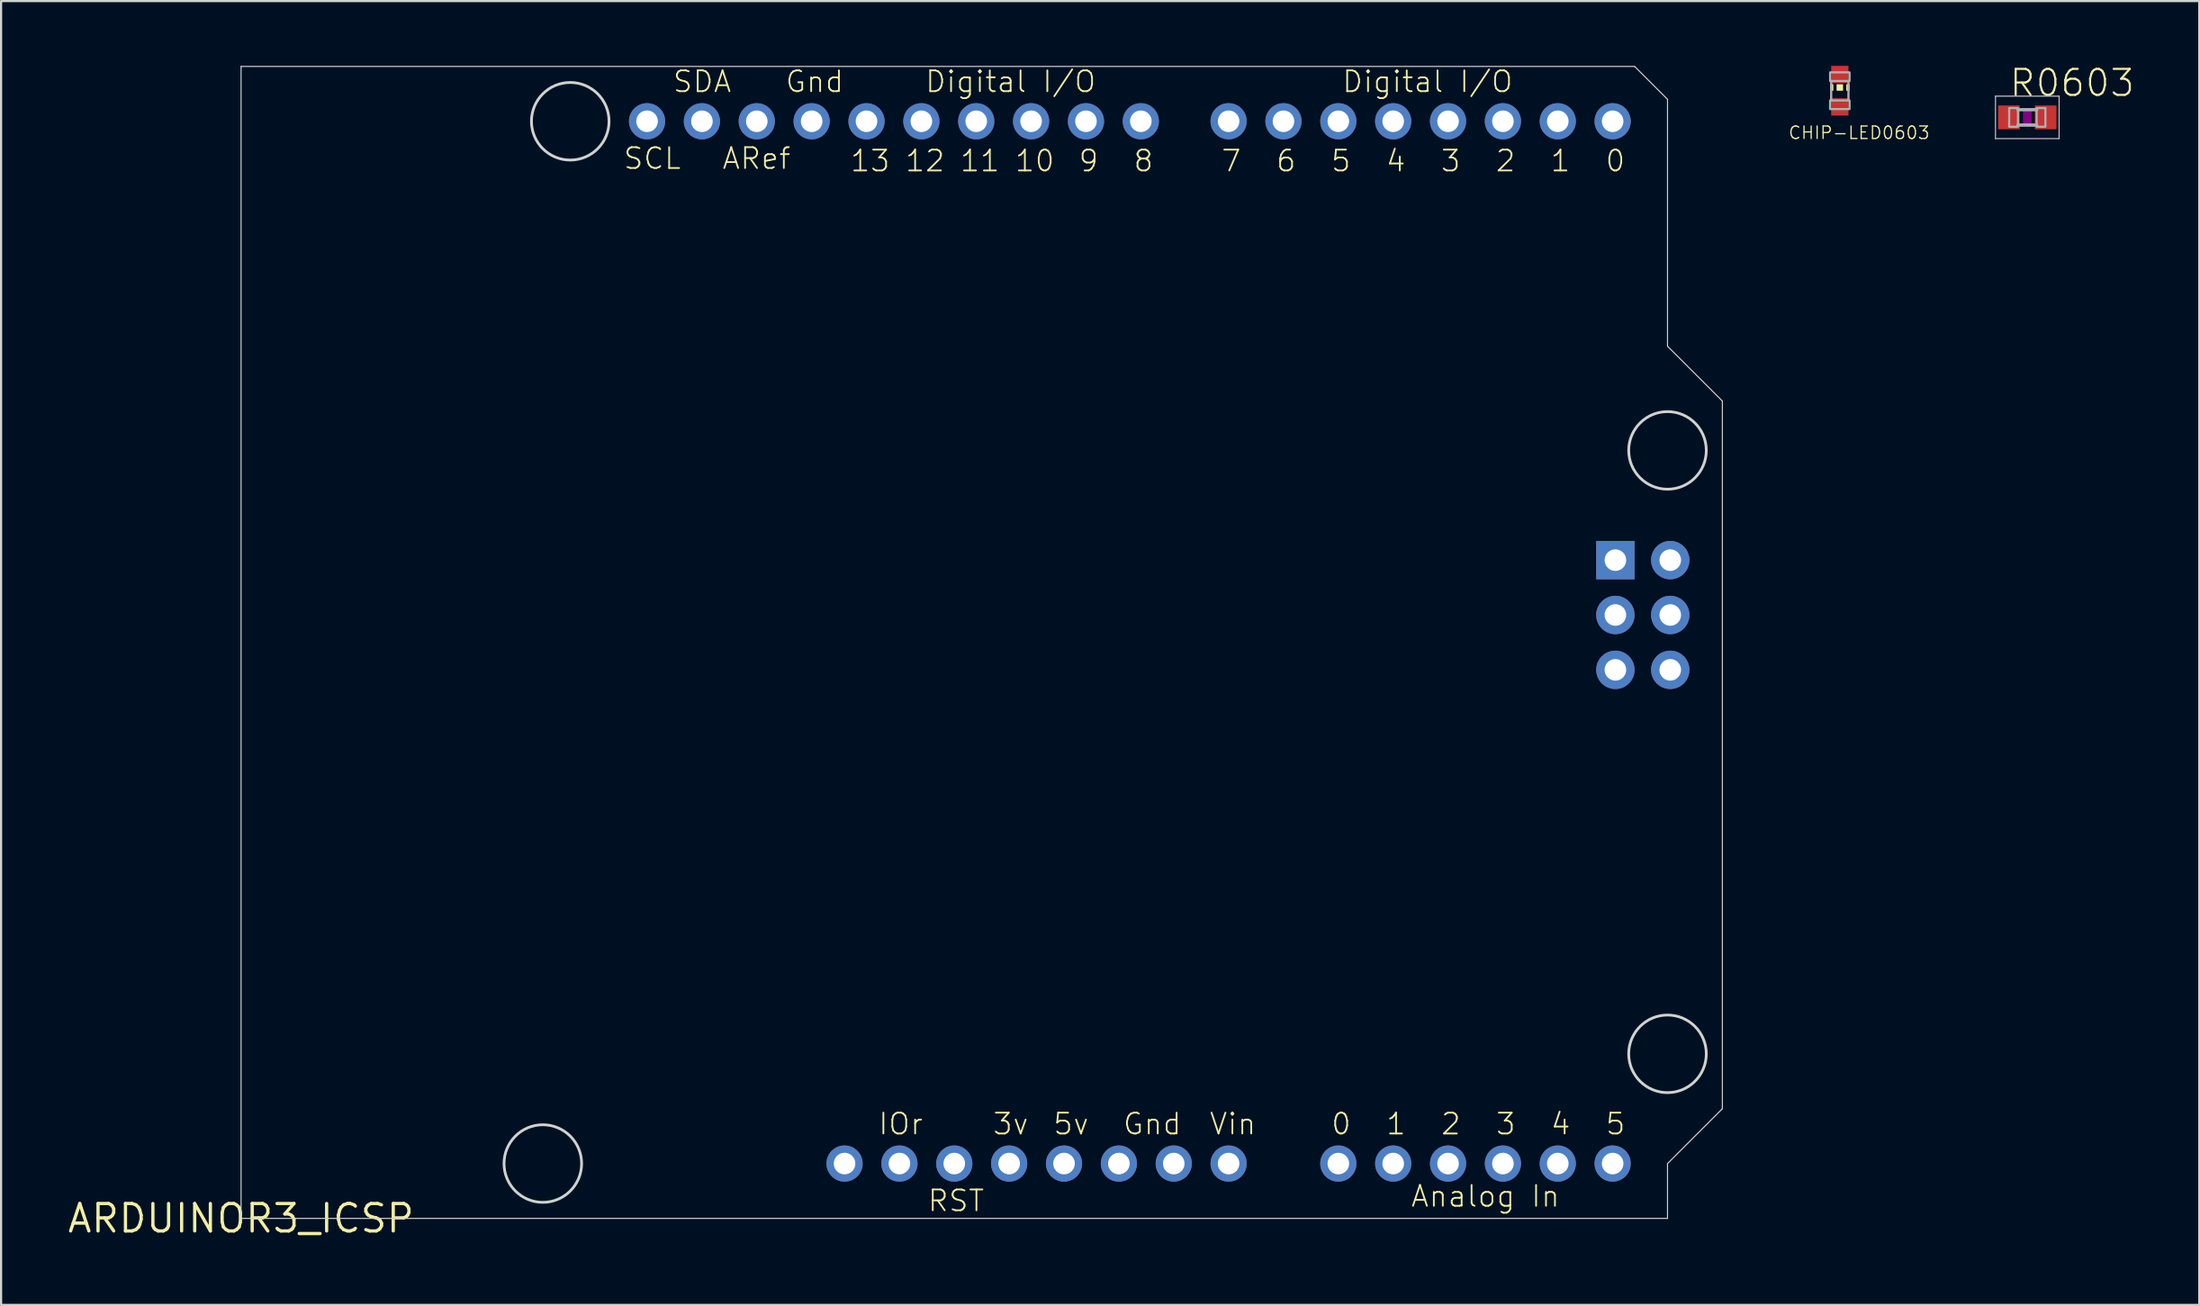
<source format=kicad_pcb>
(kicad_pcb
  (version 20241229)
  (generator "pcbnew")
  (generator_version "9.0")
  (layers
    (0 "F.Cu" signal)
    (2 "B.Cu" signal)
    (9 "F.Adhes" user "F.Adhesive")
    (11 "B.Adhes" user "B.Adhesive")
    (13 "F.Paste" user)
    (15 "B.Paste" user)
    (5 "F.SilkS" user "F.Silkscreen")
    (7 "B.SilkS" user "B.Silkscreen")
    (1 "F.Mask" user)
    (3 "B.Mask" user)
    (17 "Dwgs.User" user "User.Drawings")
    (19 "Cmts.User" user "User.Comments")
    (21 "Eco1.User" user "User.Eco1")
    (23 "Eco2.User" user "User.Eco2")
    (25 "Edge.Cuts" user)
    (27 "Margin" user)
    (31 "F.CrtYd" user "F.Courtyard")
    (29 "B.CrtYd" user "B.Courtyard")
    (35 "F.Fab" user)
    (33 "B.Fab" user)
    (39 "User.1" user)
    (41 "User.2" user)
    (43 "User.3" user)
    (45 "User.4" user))
  (footprint "R0603"
    (layer "F.Cu")
    (at 90.808 2.385)
    (property "Reference" "R0603" (at -0.889 -0.889 180) (layer "F.SilkS") (effects (font (size 1.206 1.206) (thickness 0.097)) (justify left bottom)))
    (attr through_hole)
    (fp_poly (pts (xy -0.2 0.4) (xy 0.2 0.4) (xy 0.2 -0.4) (xy -0.2 -0.4)) (stroke (width 0) (type solid)) (fill yes) (layer "F.Adhes"))
    (fp_line (start -1.473 -0.983) (end 1.473 -0.983) (stroke (width 0.051) (type solid)) (layer "Dwgs.User"))
    (fp_line (start -1.473 0.983) (end -1.473 -0.983) (stroke (width 0.051) (type solid)) (layer "Dwgs.User"))
    (fp_line (start 1.473 -0.983) (end 1.473 0.983) (stroke (width 0.051) (type solid)) (layer "Dwgs.User"))
    (fp_line (start 1.473 0.983) (end -1.473 0.983) (stroke (width 0.051) (type solid)) (layer "Dwgs.User"))
    (fp_line (start -0.432 0.356) (end 0.432 0.356) (stroke (width 0.152) (type solid)) (layer "F.Fab"))
    (fp_line (start 0.432 -0.356) (end -0.432 -0.356) (stroke (width 0.152) (type solid)) (layer "F.Fab"))
    (fp_poly (pts (xy -0.838 0.432) (xy -0.432 0.432) (xy -0.432 -0.432) (xy -0.838 -0.432)) (stroke (width 0.1) (type solid)) (fill no) (layer "F.Fab"))
    (fp_poly (pts (xy 0.432 0.432) (xy 0.838 0.432) (xy 0.838 -0.432) (xy 0.432 -0.432)) (stroke (width 0.1) (type solid)) (fill no) (layer "F.Fab"))
    (pad "1" smd rect (at -0.85 0) (size 1 1.1) (layers "F.Cu" "F.Mask" "F.Paste"))
    (pad "2" smd rect (at 0.85 0) (size 1 1.1) (layers "F.Cu" "F.Mask" "F.Paste")))
  (footprint "CHIP-LED0603"
    (layer "F.Cu")
    (at 82.129 1.15)
    (property "Reference" "CHIP-LED0603" (at -2.413 2.286 0) (layer "F.SilkS") (effects (font (size 0.579 0.579) (thickness 0.058)) (justify left bottom)))
    (attr through_hole)
    (fp_poly (pts (xy -0.45 0) (xy -0.3 0) (xy -0.3 -0.3) (xy -0.45 -0.3)) (stroke (width 0) (type solid)) (fill yes) (layer "F.SilkS"))
    (fp_poly (pts (xy -0.15 0) (xy 0.15 0) (xy 0.15 -0.3) (xy -0.15 -0.3)) (stroke (width 0) (type solid)) (fill yes) (layer "F.SilkS"))
    (fp_poly (pts (xy 0.3 0) (xy 0.45 0) (xy 0.45 -0.3) (xy 0.3 -0.3)) (stroke (width 0) (type solid)) (fill yes) (layer "F.SilkS"))
    (fp_line (start -0.4 -0.45) (end -0.4 0.45) (stroke (width 0.102) (type solid)) (layer "F.Fab"))
    (fp_line (start 0.4 -0.45) (end 0.4 0.45) (stroke (width 0.102) (type solid)) (layer "F.Fab"))
    (fp_poly (pts (xy -0.45 -0.45) (xy 0.45 -0.45) (xy 0.45 -0.85) (xy -0.45 -0.85)) (stroke (width 0.1) (type solid)) (fill no) (layer "F.Fab"))
    (fp_poly (pts (xy -0.45 0.85) (xy 0.45 0.85) (xy 0.45 0.45) (xy -0.45 0.45)) (stroke (width 0.1) (type solid)) (fill no) (layer "F.Fab"))
    (pad "A" smd rect (at 0 0.75) (size 0.8 0.8) (layers "F.Cu" "F.Mask" "F.Paste"))
    (pad "C" smd rect (at 0 -0.75) (size 0.8 0.8) (layers "F.Cu" "F.Mask" "F.Paste")))
  (footprint "ARDUINOR3_ICSP"
    (layer "F.Cu")
    (at 8.111 53.365)
    (property "Reference" "ARDUINOR3_ICSP" (at 0 0 0) (layer "F.SilkS") (effects (font (size 1.27 1.27) (thickness 0.15))))
    (attr through_hole)
    (fp_line (start 0 -53.34) (end 0 0) (stroke (width 0.05) (type solid)) (layer "Edge.Cuts"))
    (fp_line (start 0 0) (end 66.04 0) (stroke (width 0.05) (type solid)) (layer "Edge.Cuts"))
    (fp_line (start 64.516 -53.34) (end 0 -53.34) (stroke (width 0.05) (type solid)) (layer "Edge.Cuts"))
    (fp_line (start 66.04 -51.816) (end 64.516 -53.34) (stroke (width 0.05) (type solid)) (layer "Edge.Cuts"))
    (fp_line (start 66.04 -40.386) (end 66.04 -51.816) (stroke (width 0.05) (type solid)) (layer "Edge.Cuts"))
    (fp_line (start 66.04 -2.54) (end 68.58 -5.08) (stroke (width 0.05) (type solid)) (layer "Edge.Cuts"))
    (fp_line (start 66.04 0) (end 66.04 -2.54) (stroke (width 0.05) (type solid)) (layer "Edge.Cuts"))
    (fp_line (start 68.58 -37.846) (end 66.04 -40.386) (stroke (width 0.05) (type solid)) (layer "Edge.Cuts"))
    (fp_line (start 68.58 -5.08) (end 68.58 -37.846) (stroke (width 0.05) (type solid)) (layer "Edge.Cuts"))
    (fp_circle (center 13.97 -2.54) (end 15.766 -2.54) (stroke (width 0.127) (type solid)) (fill no) (layer "Edge.Cuts"))
    (fp_circle (center 15.24 -50.8) (end 17.036 -50.8) (stroke (width 0.127) (type solid)) (fill no) (layer "Edge.Cuts"))
    (fp_circle (center 66.04 -35.56) (end 67.836 -35.56) (stroke (width 0.127) (type solid)) (fill no) (layer "Edge.Cuts"))
    (fp_circle (center 66.04 -7.62) (end 67.836 -7.62) (stroke (width 0.127) (type solid)) (fill no) (layer "Edge.Cuts"))
    (fp_text user "Vin" (at 44.785 -3.81 0) (layer "F.SilkS") (effects (font (size 0.965 0.965) (thickness 0.081)) (justify left bottom)))
    (fp_text user "3v" (at 34.752 -3.81 0) (layer "F.SilkS") (effects (font (size 0.965 0.965) (thickness 0.081)) (justify left bottom)))
    (fp_text user "8" (at 42.291 -49.53 0) (layer "F.SilkS") (effects (font (size 0.965 0.965) (thickness 0.081)) (justify right top)))
    (fp_text user "11" (at 35.179 -49.53 0) (layer "F.SilkS") (effects (font (size 0.965 0.965) (thickness 0.081)) (justify right top)))
    (fp_text user "4" (at 53.975 -49.53 0) (layer "F.SilkS") (effects (font (size 0.965 0.965) (thickness 0.081)) (justify right top)))
    (fp_text user "RST" (at 31.74 -0.254 0) (layer "F.SilkS") (effects (font (size 0.965 0.965) (thickness 0.081)) (justify left bottom)))
    (fp_text user "0" (at 64.135 -49.53 0) (layer "F.SilkS") (effects (font (size 0.965 0.965) (thickness 0.081)) (justify right top)))
    (fp_text user "10" (at 37.719 -49.53 0) (layer "F.SilkS") (effects (font (size 0.965 0.965) (thickness 0.081)) (justify right top)))
    (fp_text user "1" (at 61.595 -49.53 0) (layer "F.SilkS") (effects (font (size 0.965 0.965) (thickness 0.081)) (justify right top)))
    (fp_text user "Gnd" (at 40.777 -3.81 0) (layer "F.SilkS") (effects (font (size 0.965 0.965) (thickness 0.081)) (justify left bottom)))
    (fp_text user "0" (at 50.419 -3.81 0) (layer "F.SilkS") (effects (font (size 0.965 0.965) (thickness 0.081)) (justify left bottom)))
    (fp_text user "ARef" (at 22.225 -48.514 0) (layer "F.SilkS") (effects (font (size 0.965 0.965) (thickness 0.081)) (justify left bottom)))
    (fp_text user "4" (at 60.579 -3.81 0) (layer "F.SilkS") (effects (font (size 0.965 0.965) (thickness 0.081)) (justify left bottom)))
    (fp_text user "3" (at 58.039 -3.81 0) (layer "F.SilkS") (effects (font (size 0.965 0.965) (thickness 0.081)) (justify left bottom)))
    (fp_text user "2" (at 55.499 -3.81 0) (layer "F.SilkS") (effects (font (size 0.965 0.965) (thickness 0.081)) (justify left bottom)))
    (fp_text user "13" (at 30.099 -49.53 0) (layer "F.SilkS") (effects (font (size 0.965 0.965) (thickness 0.081)) (justify right top)))
    (fp_text user "6" (at 48.895 -49.53 0) (layer "F.SilkS") (effects (font (size 0.965 0.965) (thickness 0.081)) (justify right top)))
    (fp_text user "5v" (at 37.546 -3.81 0) (layer "F.SilkS") (effects (font (size 0.965 0.965) (thickness 0.081)) (justify left bottom)))
    (fp_text user "SDA" (at 19.939 -52.07 0) (layer "F.SilkS") (effects (font (size 0.965 0.965) (thickness 0.081)) (justify left bottom)))
    (fp_text user "Digital I/O" (at 31.623 -52.07 0) (layer "F.SilkS") (effects (font (size 0.965 0.965) (thickness 0.081)) (justify left bottom)))
    (fp_text user "SCL" (at 17.653 -48.514 0) (layer "F.SilkS") (effects (font (size 0.965 0.965) (thickness 0.081)) (justify left bottom)))
    (fp_text user "Gnd" (at 25.146 -52.07 0) (layer "F.SilkS") (effects (font (size 0.965 0.965) (thickness 0.081)) (justify left bottom)))
    (fp_text user "12" (at 32.639 -49.53 0) (layer "F.SilkS") (effects (font (size 0.965 0.965) (thickness 0.081)) (justify right top)))
    (fp_text user "9" (at 39.751 -49.53 0) (layer "F.SilkS") (effects (font (size 0.965 0.965) (thickness 0.081)) (justify right top)))
    (fp_text user "Digital I/O" (at 50.927 -52.07 0) (layer "F.SilkS") (effects (font (size 0.965 0.965) (thickness 0.081)) (justify left bottom)))
    (fp_text user "3" (at 56.515 -49.53 0) (layer "F.SilkS") (effects (font (size 0.965 0.965) (thickness 0.081)) (justify right top)))
    (fp_text user "Analog In" (at 54.112 -0.462 0) (layer "F.SilkS") (effects (font (size 0.965 0.965) (thickness 0.081)) (justify left bottom)))
    (fp_text user "1" (at 52.959 -3.81 0) (layer "F.SilkS") (effects (font (size 0.965 0.965) (thickness 0.081)) (justify left bottom)))
    (fp_text user "2" (at 59.055 -49.53 0) (layer "F.SilkS") (effects (font (size 0.965 0.965) (thickness 0.081)) (justify right top)))
    (fp_text user "IOr" (at 29.454 -3.81 0) (layer "F.SilkS") (effects (font (size 0.965 0.965) (thickness 0.081)) (justify left bottom)))
    (fp_text user "7" (at 46.355 -49.53 0) (layer "F.SilkS") (effects (font (size 0.965 0.965) (thickness 0.081)) (justify right top)))
    (fp_text user "5" (at 51.435 -49.53 0) (layer "F.SilkS") (effects (font (size 0.965 0.965) (thickness 0.081)) (justify right top)))
    (fp_text user "5" (at 63.119 -3.81 0) (layer "F.SilkS") (effects (font (size 0.965 0.965) (thickness 0.081)) (justify left bottom)))
    (pad "3V" thru_hole circle (at 35.56 -2.54) (size 1.676 1.676) (drill 1) (layers "*.Cu" "*.Mask"))
    (pad "5V" thru_hole circle (at 38.1 -2.54) (size 1.676 1.676) (drill 1) (layers "*.Cu" "*.Mask"))
    (pad "5V_ICSP" thru_hole circle (at 66.167 -30.48) (size 1.778 1.778) (drill 1) (layers "*.Cu" "*.Mask"))
    (pad "A0" thru_hole circle (at 50.8 -2.54) (size 1.676 1.676) (drill 1) (layers "*.Cu" "*.Mask"))
    (pad "A1" thru_hole circle (at 53.34 -2.54) (size 1.676 1.676) (drill 1) (layers "*.Cu" "*.Mask"))
    (pad "A2" thru_hole circle (at 55.88 -2.54) (size 1.676 1.676) (drill 1) (layers "*.Cu" "*.Mask"))
    (pad "A3" thru_hole circle (at 58.42 -2.54) (size 1.676 1.676) (drill 1) (layers "*.Cu" "*.Mask"))
    (pad "A4" thru_hole circle (at 60.96 -2.54) (size 1.676 1.676) (drill 1) (layers "*.Cu" "*.Mask"))
    (pad "A5" thru_hole circle (at 63.5 -2.54) (size 1.676 1.676) (drill 1) (layers "*.Cu" "*.Mask"))
    (pad "AREF" thru_hole circle (at 23.876 -50.8) (size 1.676 1.676) (drill 1) (layers "*.Cu" "*.Mask"))
    (pad "D0" thru_hole circle (at 63.5 -50.8) (size 1.676 1.676) (drill 1) (layers "*.Cu" "*.Mask"))
    (pad "D1" thru_hole circle (at 60.96 -50.8) (size 1.676 1.676) (drill 1) (layers "*.Cu" "*.Mask"))
    (pad "D2" thru_hole circle (at 58.42 -50.8) (size 1.676 1.676) (drill 1) (layers "*.Cu" "*.Mask"))
    (pad "D3" thru_hole circle (at 55.88 -50.8) (size 1.676 1.676) (drill 1) (layers "*.Cu" "*.Mask"))
    (pad "D4" thru_hole circle (at 53.34 -50.8) (size 1.676 1.676) (drill 1) (layers "*.Cu" "*.Mask"))
    (pad "D5" thru_hole circle (at 50.8 -50.8) (size 1.676 1.676) (drill 1) (layers "*.Cu" "*.Mask"))
    (pad "D6" thru_hole circle (at 48.26 -50.8) (size 1.676 1.676) (drill 1) (layers "*.Cu" "*.Mask"))
    (pad "D7" thru_hole circle (at 45.72 -50.8) (size 1.676 1.676) (drill 1) (layers "*.Cu" "*.Mask"))
    (pad "D8" thru_hole circle (at 41.656 -50.8) (size 1.676 1.676) (drill 1) (layers "*.Cu" "*.Mask"))
    (pad "D9" thru_hole circle (at 39.116 -50.8) (size 1.676 1.676) (drill 1) (layers "*.Cu" "*.Mask"))
    (pad "D10" thru_hole circle (at 36.576 -50.8) (size 1.676 1.676) (drill 1) (layers "*.Cu" "*.Mask"))
    (pad "D11" thru_hole circle (at 34.036 -50.8) (size 1.676 1.676) (drill 1) (layers "*.Cu" "*.Mask"))
    (pad "D12" thru_hole circle (at 31.496 -50.8) (size 1.676 1.676) (drill 1) (layers "*.Cu" "*.Mask"))
    (pad "D13" thru_hole circle (at 28.956 -50.8) (size 1.676 1.676) (drill 1) (layers "*.Cu" "*.Mask"))
    (pad "GND" thru_hole circle (at 26.416 -50.8) (size 1.676 1.676) (drill 1) (layers "*.Cu" "*.Mask"))
    (pad "GND@1" thru_hole circle (at 43.18 -2.54) (size 1.676 1.676) (drill 1) (layers "*.Cu" "*.Mask"))
    (pad "GND@2" thru_hole circle (at 40.64 -2.54) (size 1.676 1.676) (drill 1) (layers "*.Cu" "*.Mask"))
    (pad "GND@3" thru_hole circle (at 66.167 -25.4) (size 1.778 1.778) (drill 1) (layers "*.Cu" "*.Mask"))
    (pad "IOREF" thru_hole circle (at 30.48 -2.54) (size 1.676 1.676) (drill 1) (layers "*.Cu" "*.Mask"))
    (pad "MISO" thru_hole rect (at 63.627 -30.48) (size 1.778 1.778) (drill 1) (layers "*.Cu" "*.Mask"))
    (pad "MOSI" thru_hole circle (at 66.167 -27.94) (size 1.778 1.778) (drill 1) (layers "*.Cu" "*.Mask"))
    (pad "RESERVED" thru_hole circle (at 27.94 -2.54) (size 1.676 1.676) (drill 1) (layers "*.Cu" "*.Mask"))
    (pad "RESET" thru_hole circle (at 33.02 -2.54) (size 1.676 1.676) (drill 1) (layers "*.Cu" "*.Mask"))
    (pad "RESET_ICSP" thru_hole circle (at 63.627 -25.4) (size 1.778 1.778) (drill 1) (layers "*.Cu" "*.Mask"))
    (pad "SCK" thru_hole circle (at 63.627 -27.94) (size 1.778 1.778) (drill 1) (layers "*.Cu" "*.Mask"))
    (pad "SCL" thru_hole circle (at 18.796 -50.8) (size 1.676 1.676) (drill 1) (layers "*.Cu" "*.Mask"))
    (pad "SDA" thru_hole circle (at 21.336 -50.8) (size 1.676 1.676) (drill 1) (layers "*.Cu" "*.Mask"))
    (pad "VIN" thru_hole circle (at 45.72 -2.54) (size 1.676 1.676) (drill 1) (layers "*.Cu" "*.Mask")))
  (gr_rect
    (start -3 -3)
    (end 98.77 57.371)
    (stroke (width 0.1) (type default))
    (fill no)
    (layer "Edge.Cuts")))
</source>
